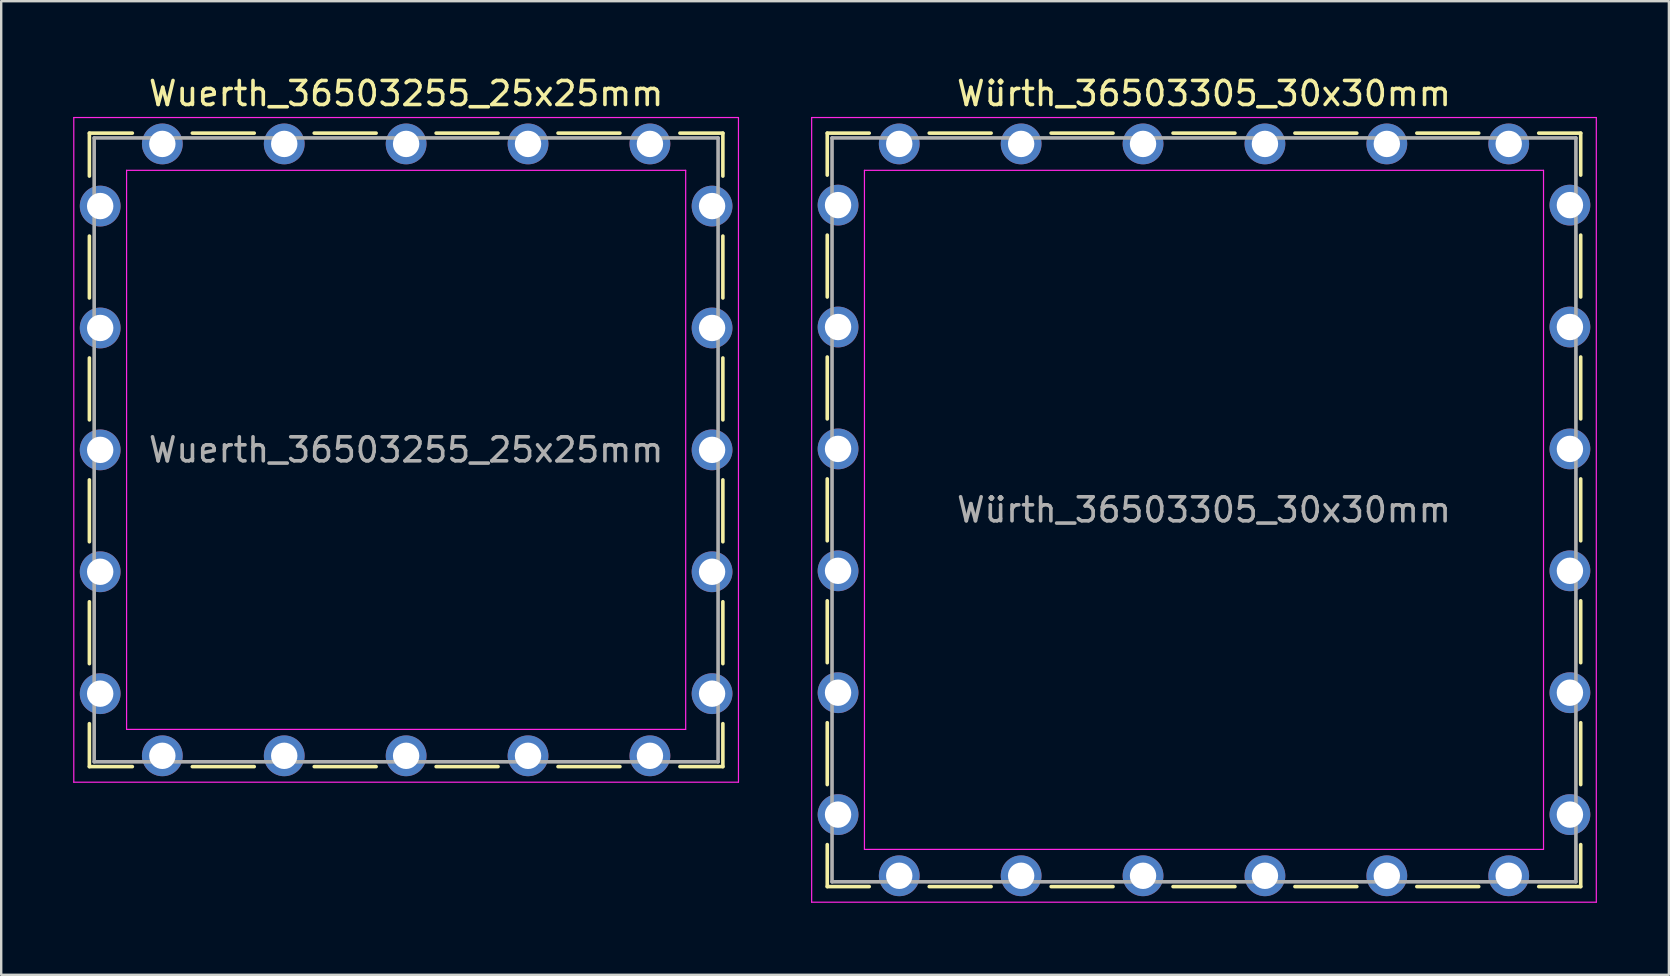
<source format=kicad_pcb>
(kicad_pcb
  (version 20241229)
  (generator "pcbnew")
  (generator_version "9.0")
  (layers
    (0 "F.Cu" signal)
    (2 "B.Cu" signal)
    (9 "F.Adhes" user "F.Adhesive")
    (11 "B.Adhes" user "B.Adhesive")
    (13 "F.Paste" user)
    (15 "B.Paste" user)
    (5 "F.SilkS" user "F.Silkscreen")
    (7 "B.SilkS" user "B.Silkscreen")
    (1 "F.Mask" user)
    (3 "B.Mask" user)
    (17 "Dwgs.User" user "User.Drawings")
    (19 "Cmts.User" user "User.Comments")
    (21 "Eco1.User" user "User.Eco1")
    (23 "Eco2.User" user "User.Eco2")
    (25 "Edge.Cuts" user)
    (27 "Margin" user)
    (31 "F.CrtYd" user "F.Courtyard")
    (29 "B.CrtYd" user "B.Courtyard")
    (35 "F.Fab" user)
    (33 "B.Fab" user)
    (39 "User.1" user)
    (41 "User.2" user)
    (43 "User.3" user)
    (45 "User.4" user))
  (footprint "Würth_36503305_30x30mm"
    (layer "F.Cu")
    (at 47.125 18.198)
    (property "Reference" "Würth_36503305_30x30mm" (at 0 -17.35 0) (layer "F.SilkS") (effects (font (size 1 1) (thickness 0.15))))
    (attr through_hole)
    (fp_line (start -15.7 -15.7) (end -13.95 -15.7) (stroke (width 0.15) (type solid)) (layer "F.SilkS"))
    (fp_line (start -15.7 -13.95) (end -15.7 -15.7) (stroke (width 0.15) (type solid)) (layer "F.SilkS"))
    (fp_line (start -15.7 -8.87) (end -15.7 -11.45) (stroke (width 0.15) (type solid)) (layer "F.SilkS"))
    (fp_line (start -15.7 -3.79) (end -15.7 -6.37) (stroke (width 0.15) (type solid)) (layer "F.SilkS"))
    (fp_line (start -15.7 -1.29) (end -15.7 1.29) (stroke (width 0.15) (type solid)) (layer "F.SilkS"))
    (fp_line (start -15.7 3.79) (end -15.7 6.37) (stroke (width 0.15) (type solid)) (layer "F.SilkS"))
    (fp_line (start -15.7 8.87) (end -15.7 11.45) (stroke (width 0.15) (type solid)) (layer "F.SilkS"))
    (fp_line (start -15.7 13.95) (end -15.7 15.7) (stroke (width 0.15) (type solid)) (layer "F.SilkS"))
    (fp_line (start -15.7 15.7) (end -13.95 15.7) (stroke (width 0.15) (type solid)) (layer "F.SilkS"))
    (fp_line (start -8.87 -15.7) (end -11.45 -15.7) (stroke (width 0.15) (type solid)) (layer "F.SilkS"))
    (fp_line (start -8.87 15.7) (end -11.45 15.7) (stroke (width 0.15) (type solid)) (layer "F.SilkS"))
    (fp_line (start -3.79 -15.7) (end -6.37 -15.7) (stroke (width 0.15) (type solid)) (layer "F.SilkS"))
    (fp_line (start -3.79 15.7) (end -6.37 15.7) (stroke (width 0.15) (type solid)) (layer "F.SilkS"))
    (fp_line (start 1.29 -15.7) (end -1.29 -15.7) (stroke (width 0.15) (type solid)) (layer "F.SilkS"))
    (fp_line (start 1.29 15.7) (end -1.29 15.7) (stroke (width 0.15) (type solid)) (layer "F.SilkS"))
    (fp_line (start 3.79 -15.7) (end 6.37 -15.7) (stroke (width 0.15) (type solid)) (layer "F.SilkS"))
    (fp_line (start 3.79 15.7) (end 6.37 15.7) (stroke (width 0.15) (type solid)) (layer "F.SilkS"))
    (fp_line (start 8.87 -15.7) (end 11.45 -15.7) (stroke (width 0.15) (type solid)) (layer "F.SilkS"))
    (fp_line (start 8.87 15.7) (end 11.45 15.7) (stroke (width 0.15) (type solid)) (layer "F.SilkS"))
    (fp_line (start 15.7 -15.7) (end 13.95 -15.7) (stroke (width 0.15) (type solid)) (layer "F.SilkS"))
    (fp_line (start 15.7 -13.95) (end 15.7 -15.7) (stroke (width 0.15) (type solid)) (layer "F.SilkS"))
    (fp_line (start 15.7 -8.87) (end 15.7 -11.45) (stroke (width 0.15) (type solid)) (layer "F.SilkS"))
    (fp_line (start 15.7 -3.79) (end 15.7 -6.37) (stroke (width 0.15) (type solid)) (layer "F.SilkS"))
    (fp_line (start 15.7 1.29) (end 15.7 -1.29) (stroke (width 0.15) (type solid)) (layer "F.SilkS"))
    (fp_line (start 15.7 3.79) (end 15.7 6.37) (stroke (width 0.15) (type solid)) (layer "F.SilkS"))
    (fp_line (start 15.7 8.87) (end 15.7 11.45) (stroke (width 0.15) (type solid)) (layer "F.SilkS"))
    (fp_line (start 15.7 13.95) (end 15.7 15.7) (stroke (width 0.15) (type solid)) (layer "F.SilkS"))
    (fp_line (start 15.7 15.7) (end 13.95 15.7) (stroke (width 0.15) (type solid)) (layer "F.SilkS"))
    (fp_line (start -16.35 -16.35) (end -16.35 16.35) (stroke (width 0.05) (type solid)) (layer "F.CrtYd"))
    (fp_line (start -16.35 16.35) (end 16.35 16.35) (stroke (width 0.05) (type solid)) (layer "F.CrtYd"))
    (fp_line (start -14.15 -14.15) (end -14.15 14.15) (stroke (width 0.05) (type solid)) (layer "F.CrtYd"))
    (fp_line (start -14.15 14.15) (end 14.15 14.15) (stroke (width 0.05) (type solid)) (layer "F.CrtYd"))
    (fp_line (start 14.15 -14.15) (end -14.15 -14.15) (stroke (width 0.05) (type solid)) (layer "F.CrtYd"))
    (fp_line (start 14.15 14.15) (end 14.15 -14.15) (stroke (width 0.05) (type solid)) (layer "F.CrtYd"))
    (fp_line (start 16.35 -16.35) (end -16.35 -16.35) (stroke (width 0.05) (type solid)) (layer "F.CrtYd"))
    (fp_line (start 16.35 16.35) (end 16.35 -16.35) (stroke (width 0.05) (type solid)) (layer "F.CrtYd"))
    (fp_line (start -15.5 -15.5) (end -15.5 15.5) (stroke (width 0.15) (type solid)) (layer "F.Fab"))
    (fp_line (start -15.5 15.5) (end 15.5 15.5) (stroke (width 0.15) (type solid)) (layer "F.Fab"))
    (fp_line (start 15.5 -15.5) (end -15.5 -15.5) (stroke (width 0.15) (type solid)) (layer "F.Fab"))
    (fp_line (start 15.5 15.5) (end 15.5 -15.5) (stroke (width 0.15) (type solid)) (layer "F.Fab"))
    (fp_text user "${REFERENCE}" (at 0 0 0) (layer "F.Fab") (effects (font (size 1 1) (thickness 0.15))))
    (pad "1" thru_hole circle (at -15.25 -12.7) (size 1.7 1.7) (drill 1.1) (layers "*.Cu" "*.Mask"))
    (pad "1" thru_hole circle (at -15.25 -7.62) (size 1.7 1.7) (drill 1.1) (layers "*.Cu" "*.Mask"))
    (pad "1" thru_hole circle (at -15.25 -2.54) (size 1.7 1.7) (drill 1.1) (layers "*.Cu" "*.Mask"))
    (pad "1" thru_hole circle (at -15.25 2.54) (size 1.7 1.7) (drill 1.1) (layers "*.Cu" "*.Mask"))
    (pad "1" thru_hole circle (at -15.25 7.62) (size 1.7 1.7) (drill 1.1) (layers "*.Cu" "*.Mask"))
    (pad "1" thru_hole circle (at -15.25 12.7) (size 1.7 1.7) (drill 1.1) (layers "*.Cu" "*.Mask"))
    (pad "1" thru_hole circle (at -12.7 -15.25) (size 1.7 1.7) (drill 1.1) (layers "*.Cu" "*.Mask"))
    (pad "1" thru_hole circle (at -12.7 15.25) (size 1.7 1.7) (drill 1.1) (layers "*.Cu" "*.Mask"))
    (pad "1" thru_hole circle (at -7.62 -15.25) (size 1.7 1.7) (drill 1.1) (layers "*.Cu" "*.Mask"))
    (pad "1" thru_hole circle (at -7.62 15.25) (size 1.7 1.7) (drill 1.1) (layers "*.Cu" "*.Mask"))
    (pad "1" thru_hole circle (at -2.54 -15.25) (size 1.7 1.7) (drill 1.1) (layers "*.Cu" "*.Mask"))
    (pad "1" thru_hole circle (at -2.54 15.25) (size 1.7 1.7) (drill 1.1) (layers "*.Cu" "*.Mask"))
    (pad "1" thru_hole circle (at 2.54 -15.25) (size 1.7 1.7) (drill 1.1) (layers "*.Cu" "*.Mask"))
    (pad "1" thru_hole circle (at 2.54 15.25) (size 1.7 1.7) (drill 1.1) (layers "*.Cu" "*.Mask"))
    (pad "1" thru_hole circle (at 7.62 -15.25) (size 1.7 1.7) (drill 1.1) (layers "*.Cu" "*.Mask"))
    (pad "1" thru_hole circle (at 7.62 15.25) (size 1.7 1.7) (drill 1.1) (layers "*.Cu" "*.Mask"))
    (pad "1" thru_hole circle (at 12.7 -15.25) (size 1.7 1.7) (drill 1.1) (layers "*.Cu" "*.Mask"))
    (pad "1" thru_hole circle (at 12.7 15.25) (size 1.7 1.7) (drill 1.1) (layers "*.Cu" "*.Mask"))
    (pad "1" thru_hole circle (at 15.25 -12.7) (size 1.7 1.7) (drill 1.1) (layers "*.Cu" "*.Mask"))
    (pad "1" thru_hole circle (at 15.25 -7.62) (size 1.7 1.7) (drill 1.1) (layers "*.Cu" "*.Mask"))
    (pad "1" thru_hole circle (at 15.25 -2.54) (size 1.7 1.7) (drill 1.1) (layers "*.Cu" "*.Mask"))
    (pad "1" thru_hole circle (at 15.25 2.54) (size 1.7 1.7) (drill 1.1) (layers "*.Cu" "*.Mask"))
    (pad "1" thru_hole circle (at 15.25 7.62) (size 1.7 1.7) (drill 1.1) (layers "*.Cu" "*.Mask"))
    (pad "1" thru_hole circle (at 15.25 12.7) (size 1.7 1.7) (drill 1.1) (layers "*.Cu" "*.Mask")))
  (footprint "Wuerth_36503255_25x25mm"
    (layer "F.Cu")
    (at 13.875 15.698)
    (property "Reference" "Wuerth_36503255_25x25mm" (at 0 -14.85 0) (layer "F.SilkS") (effects (font (size 1 1) (thickness 0.15))))
    (attr through_hole)
    (fp_line (start -13.2 -13.2) (end -11.41 -13.2) (stroke (width 0.15) (type solid)) (layer "F.SilkS"))
    (fp_line (start -13.2 -11.41) (end -13.2 -13.2) (stroke (width 0.15) (type solid)) (layer "F.SilkS"))
    (fp_line (start -13.2 -6.33) (end -13.2 -8.91) (stroke (width 0.15) (type solid)) (layer "F.SilkS"))
    (fp_line (start -13.2 -1.25) (end -13.2 -3.83) (stroke (width 0.15) (type solid)) (layer "F.SilkS"))
    (fp_line (start -13.2 1.25) (end -13.2 3.83) (stroke (width 0.15) (type solid)) (layer "F.SilkS"))
    (fp_line (start -13.2 6.33) (end -13.2 8.91) (stroke (width 0.15) (type solid)) (layer "F.SilkS"))
    (fp_line (start -13.2 11.41) (end -13.2 13.2) (stroke (width 0.15) (type solid)) (layer "F.SilkS"))
    (fp_line (start -13.2 13.2) (end -11.41 13.2) (stroke (width 0.15) (type solid)) (layer "F.SilkS"))
    (fp_line (start -6.33 -13.2) (end -8.91 -13.2) (stroke (width 0.15) (type solid)) (layer "F.SilkS"))
    (fp_line (start -6.33 13.2) (end -8.91 13.2) (stroke (width 0.15) (type solid)) (layer "F.SilkS"))
    (fp_line (start -1.25 -13.2) (end -3.83 -13.2) (stroke (width 0.15) (type solid)) (layer "F.SilkS"))
    (fp_line (start -1.25 13.2) (end -3.83 13.2) (stroke (width 0.15) (type solid)) (layer "F.SilkS"))
    (fp_line (start 1.25 -13.2) (end 3.83 -13.2) (stroke (width 0.15) (type solid)) (layer "F.SilkS"))
    (fp_line (start 1.25 13.2) (end 3.83 13.2) (stroke (width 0.15) (type solid)) (layer "F.SilkS"))
    (fp_line (start 6.33 -13.2) (end 8.91 -13.2) (stroke (width 0.15) (type solid)) (layer "F.SilkS"))
    (fp_line (start 6.33 13.2) (end 8.91 13.2) (stroke (width 0.15) (type solid)) (layer "F.SilkS"))
    (fp_line (start 13.2 -13.2) (end 11.41 -13.2) (stroke (width 0.15) (type solid)) (layer "F.SilkS"))
    (fp_line (start 13.2 -11.41) (end 13.2 -13.2) (stroke (width 0.15) (type solid)) (layer "F.SilkS"))
    (fp_line (start 13.2 -6.33) (end 13.2 -8.91) (stroke (width 0.15) (type solid)) (layer "F.SilkS"))
    (fp_line (start 13.2 -1.25) (end 13.2 -3.83) (stroke (width 0.15) (type solid)) (layer "F.SilkS"))
    (fp_line (start 13.2 1.25) (end 13.2 3.83) (stroke (width 0.15) (type solid)) (layer "F.SilkS"))
    (fp_line (start 13.2 6.33) (end 13.2 8.91) (stroke (width 0.15) (type solid)) (layer "F.SilkS"))
    (fp_line (start 13.2 11.41) (end 13.2 13.2) (stroke (width 0.15) (type solid)) (layer "F.SilkS"))
    (fp_line (start 13.2 13.2) (end 11.41 13.2) (stroke (width 0.15) (type solid)) (layer "F.SilkS"))
    (fp_line (start -13.85 -13.85) (end -13.85 13.85) (stroke (width 0.05) (type solid)) (layer "F.CrtYd"))
    (fp_line (start -13.85 13.85) (end 13.85 13.85) (stroke (width 0.05) (type solid)) (layer "F.CrtYd"))
    (fp_line (start -11.65 -11.65) (end -11.65 11.65) (stroke (width 0.05) (type solid)) (layer "F.CrtYd"))
    (fp_line (start -11.65 11.65) (end 11.65 11.65) (stroke (width 0.05) (type solid)) (layer "F.CrtYd"))
    (fp_line (start 11.65 -11.65) (end -11.65 -11.65) (stroke (width 0.05) (type solid)) (layer "F.CrtYd"))
    (fp_line (start 11.65 11.65) (end 11.65 -11.65) (stroke (width 0.05) (type solid)) (layer "F.CrtYd"))
    (fp_line (start 13.85 -13.85) (end -13.85 -13.85) (stroke (width 0.05) (type solid)) (layer "F.CrtYd"))
    (fp_line (start 13.85 13.85) (end 13.85 -13.85) (stroke (width 0.05) (type solid)) (layer "F.CrtYd"))
    (fp_line (start -13 -13) (end -13 13) (stroke (width 0.15) (type solid)) (layer "F.Fab"))
    (fp_line (start -13 13) (end 13 13) (stroke (width 0.15) (type solid)) (layer "F.Fab"))
    (fp_line (start 13 -13) (end -13 -13) (stroke (width 0.15) (type solid)) (layer "F.Fab"))
    (fp_line (start 13 13) (end 13 -13) (stroke (width 0.15) (type solid)) (layer "F.Fab"))
    (fp_text user "${REFERENCE}" (at 0 0 0) (layer "F.Fab") (effects (font (size 1 1) (thickness 0.15))))
    (pad "1" thru_hole circle (at -12.75 -10.16) (size 1.7 1.7) (drill 1.1) (layers "*.Cu" "*.Mask"))
    (pad "1" thru_hole circle (at -12.75 -5.08) (size 1.7 1.7) (drill 1.1) (layers "*.Cu" "*.Mask"))
    (pad "1" thru_hole circle (at -12.75 0) (size 1.7 1.7) (drill 1.1) (layers "*.Cu" "*.Mask"))
    (pad "1" thru_hole circle (at -12.75 5.08) (size 1.7 1.7) (drill 1.1) (layers "*.Cu" "*.Mask"))
    (pad "1" thru_hole circle (at -12.75 10.16) (size 1.7 1.7) (drill 1.1) (layers "*.Cu" "*.Mask"))
    (pad "1" thru_hole circle (at -10.16 -12.75) (size 1.7 1.7) (drill 1.1) (layers "*.Cu" "*.Mask"))
    (pad "1" thru_hole circle (at -10.16 12.75) (size 1.7 1.7) (drill 1.1) (layers "*.Cu" "*.Mask"))
    (pad "1" thru_hole circle (at -5.08 -12.75) (size 1.7 1.7) (drill 1.1) (layers "*.Cu" "*.Mask"))
    (pad "1" thru_hole circle (at -5.08 12.75) (size 1.7 1.7) (drill 1.1) (layers "*.Cu" "*.Mask"))
    (pad "1" thru_hole circle (at 0 -12.75) (size 1.7 1.7) (drill 1.1) (layers "*.Cu" "*.Mask"))
    (pad "1" thru_hole circle (at 0 12.75) (size 1.7 1.7) (drill 1.1) (layers "*.Cu" "*.Mask"))
    (pad "1" thru_hole circle (at 5.08 -12.75) (size 1.7 1.7) (drill 1.1) (layers "*.Cu" "*.Mask"))
    (pad "1" thru_hole circle (at 5.08 12.75) (size 1.7 1.7) (drill 1.1) (layers "*.Cu" "*.Mask"))
    (pad "1" thru_hole circle (at 10.16 -12.75) (size 1.7 1.7) (drill 1.1) (layers "*.Cu" "*.Mask"))
    (pad "1" thru_hole circle (at 10.16 12.75) (size 1.7 1.7) (drill 1.1) (layers "*.Cu" "*.Mask"))
    (pad "1" thru_hole circle (at 12.75 -10.16) (size 1.7 1.7) (drill 1.1) (layers "*.Cu" "*.Mask"))
    (pad "1" thru_hole circle (at 12.75 -5.08) (size 1.7 1.7) (drill 1.1) (layers "*.Cu" "*.Mask"))
    (pad "1" thru_hole circle (at 12.75 0) (size 1.7 1.7) (drill 1.1) (layers "*.Cu" "*.Mask"))
    (pad "1" thru_hole circle (at 12.75 5.08) (size 1.7 1.7) (drill 1.1) (layers "*.Cu" "*.Mask"))
    (pad "1" thru_hole circle (at 12.75 10.16) (size 1.7 1.7) (drill 1.1) (layers "*.Cu" "*.Mask")))
  (gr_rect
    (start -3 -3)
    (end 66.5 37.573)
    (stroke (width 0.1) (type default))
    (fill no)
    (layer "Edge.Cuts")))
</source>
